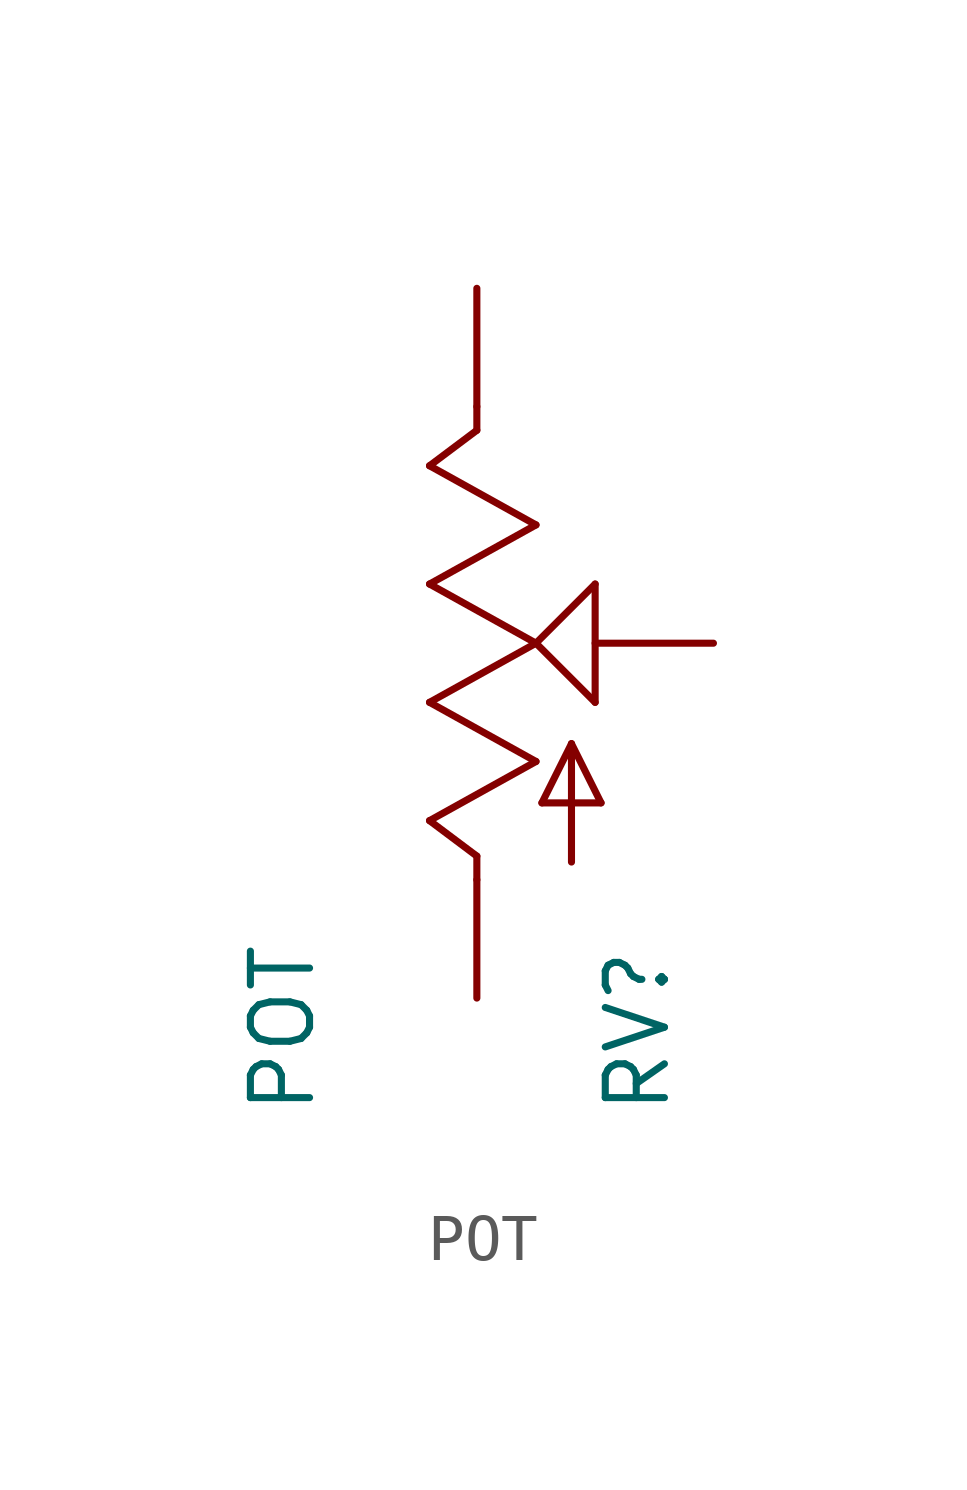
<source format=kicad_sym>
(kicad_symbol_lib
  (version 20211014)
  (generator kicad_symbol_editor)
  (symbol "POT"
    (pin_numbers hide)
    (pin_names
      (offset 1.016) hide)
    (property "Reference" "RV"
      (at 4.191 -10.16 90)
      (effects (font (size 1.27 1.27)) (justify left bottom)))
    (property "Value" "POT"
      (at -3.429 -10.16 90)
      (effects (font (size 1.27 1.27)) (justify left bottom)))
    (property "ki_locked" ""
      (at 0 0 0)
      (effects (font (size 1.27 1.27))))
    (symbol "POT_1_0"
      (polyline (pts (xy -1.016 -3.81) (xy 1.27 -2.54)) (stroke (width 0) (type default) (color 0 0 0 0)) (fill (type none)))
      (polyline (pts (xy -1.016 -1.27) (xy 1.27 0)) (stroke (width 0) (type default) (color 0 0 0 0)) (fill (type none)))
      (polyline (pts (xy -1.016 1.27) (xy 1.27 2.54)) (stroke (width 0) (type default) (color 0 0 0 0)) (fill (type none)))
      (polyline (pts (xy -1.016 3.81) (xy 0 4.572)) (stroke (width 0) (type default) (color 0 0 0 0)) (fill (type none)))
      (polyline (pts (xy 0 -5.08) (xy 0 -4.572)) (stroke (width 0) (type default) (color 0 0 0 0)) (fill (type none)))
      (polyline (pts (xy 0 -4.572) (xy -1.016 -3.81)) (stroke (width 0) (type default) (color 0 0 0 0)) (fill (type none)))
      (polyline (pts (xy 0 4.572) (xy 0 5.08)) (stroke (width 0) (type default) (color 0 0 0 0)) (fill (type none)))
      (polyline (pts (xy 1.27 -2.54) (xy -1.016 -1.27)) (stroke (width 0) (type default) (color 0 0 0 0)) (fill (type none)))
      (polyline (pts (xy 1.27 0) (xy -1.016 1.27)) (stroke (width 0) (type default) (color 0 0 0 0)) (fill (type none)))
      (polyline (pts (xy 1.27 0) (xy 2.54 1.27)) (stroke (width 0) (type default) (color 0 0 0 0)) (fill (type none)))
      (polyline (pts (xy 1.27 2.54) (xy -1.016 3.81)) (stroke (width 0) (type default) (color 0 0 0 0)) (fill (type none)))
      (polyline (pts (xy 1.397 -3.429) (xy 2.032 -2.159)) (stroke (width 0) (type default) (color 0 0 0 0)) (fill (type none)))
      (polyline (pts (xy 2.032 -4.699) (xy 2.032 -2.159)) (stroke (width 0) (type default) (color 0 0 0 0)) (fill (type none)))
      (polyline (pts (xy 2.032 -2.159) (xy 2.667 -3.429)) (stroke (width 0) (type default) (color 0 0 0 0)) (fill (type none)))
      (polyline (pts (xy 2.54 -1.27) (xy 1.27 0)) (stroke (width 0) (type default) (color 0 0 0 0)) (fill (type none)))
      (polyline (pts (xy 2.54 1.27) (xy 2.54 -1.27)) (stroke (width 0) (type default) (color 0 0 0 0)) (fill (type none)))
      (polyline (pts (xy 2.667 -3.429) (xy 1.397 -3.429)) (stroke (width 0) (type default) (color 0 0 0 0)) (fill (type none))))
    (symbol "POT_1_1"
      (pin passive line (at 0 7.62 270) (length 2.54) (name "E" (effects (font (size 1.016 1.016)))) (number "P$1" (effects (font (size 1.016 1.016)))))
      (pin passive line (at 5.08 0 180) (length 2.54) (name "S" (effects (font (size 1.016 1.016)))) (number "P$2" (effects (font (size 1.016 1.016)))))
      (pin passive line (at 0 -7.62 90) (length 2.54) (name "A" (effects (font (size 1.016 1.016)))) (number "P$3" (effects (font (size 1.016 1.016))))))))
</source>
